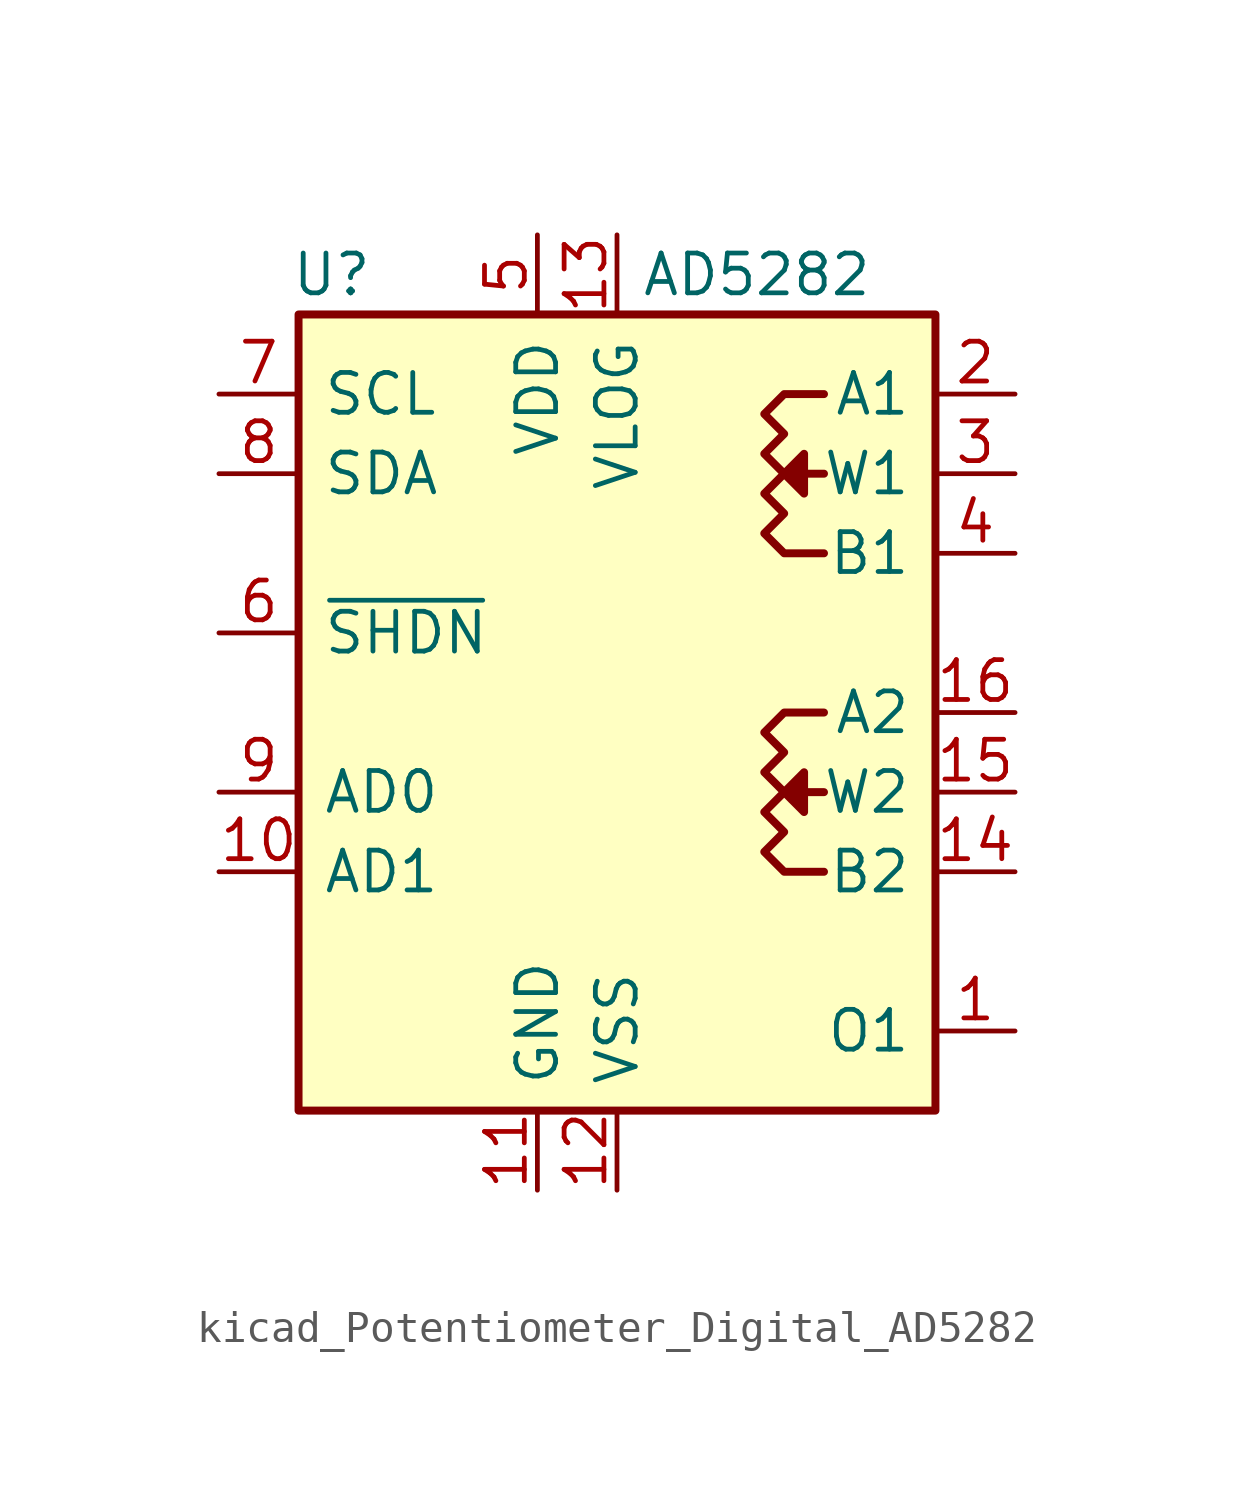
<source format=kicad_sym>
(kicad_symbol_lib
  (version 20220914)
  (generator kicad_symbol_editor)
  (symbol "kicad_Potentiometer_Digital_AD5282"
    (pin_names
      (offset 0.762))
    (property "Reference" "U"
      (at -10.414 13.97 0)
      (effects (font (size 1.27 1.27)) (justify left)))
    (property "Value" "AD5282"
      (at 0.762 13.97 0)
      (effects (font (size 1.27 1.27)) (justify left)))
    (symbol "kicad_Potentiometer_Digital_AD5282_0_1"
      (rectangle (start -10.16 12.7) (end 10.16 -12.7) (stroke (width 0.254) (type default)) (fill (type background)))
      (polyline (pts (xy 6.604 -2.54) (xy 5.334 -2.54) (xy 5.969 -1.905) (xy 5.969 -3.175) (xy 5.334 -2.54)) (stroke (width 0.254) (type default)) (fill (type outline)))
      (polyline (pts (xy 6.604 7.62) (xy 5.334 7.62) (xy 5.969 8.255) (xy 5.969 7.62) (xy 5.969 6.985) (xy 5.334 7.62)) (stroke (width 0.254) (type default)) (fill (type outline)))
      (polyline (pts (xy 6.604 0) (xy 5.334 0) (xy 4.699 -0.635) (xy 5.334 -1.27) (xy 4.699 -1.905) (xy 5.334 -2.54) (xy 4.699 -3.175) (xy 5.334 -3.81) (xy 4.699 -4.445) (xy 5.334 -5.08) (xy 6.604 -5.08)) (stroke (width 0.254) (type default)) (fill (type none)))
      (polyline (pts (xy 6.604 10.16) (xy 5.334 10.16) (xy 4.699 9.525) (xy 5.334 8.89) (xy 4.699 8.255) (xy 5.334 7.62) (xy 4.699 6.985) (xy 5.334 6.35) (xy 4.699 5.715) (xy 5.334 5.08) (xy 6.604 5.08)) (stroke (width 0.254) (type default)) (fill (type none))))
    (symbol "kicad_Potentiometer_Digital_AD5282_1_1"
      (pin output line (at 12.7 -10.16 180) (length 2.54) (name "O1" (effects (font (size 1.27 1.27)))) (number "1" (effects (font (size 1.27 1.27)))))
      (pin input line (at -12.7 -5.08 0) (length 2.54) (name "AD1" (effects (font (size 1.27 1.27)))) (number "10" (effects (font (size 1.27 1.27)))))
      (pin power_in line (at -2.54 -15.24 90) (length 2.54) (name "GND" (effects (font (size 1.27 1.27)))) (number "11" (effects (font (size 1.27 1.27)))))
      (pin power_in line (at 0 -15.24 90) (length 2.54) (name "VSS" (effects (font (size 1.27 1.27)))) (number "12" (effects (font (size 1.27 1.27)))))
      (pin power_in line (at 0 15.24 270) (length 2.54) (name "VLOG" (effects (font (size 1.27 1.27)))) (number "13" (effects (font (size 1.27 1.27)))))
      (pin passive line (at 12.7 -5.08 180) (length 2.54) (name "B2" (effects (font (size 1.27 1.27)))) (number "14" (effects (font (size 1.27 1.27)))))
      (pin passive line (at 12.7 -2.54 180) (length 2.54) (name "W2" (effects (font (size 1.27 1.27)))) (number "15" (effects (font (size 1.27 1.27)))))
      (pin passive line (at 12.7 0 180) (length 2.54) (name "A2" (effects (font (size 1.27 1.27)))) (number "16" (effects (font (size 1.27 1.27)))))
      (pin passive line (at 12.7 10.16 180) (length 2.54) (name "A1" (effects (font (size 1.27 1.27)))) (number "2" (effects (font (size 1.27 1.27)))))
      (pin passive line (at 12.7 7.62 180) (length 2.54) (name "W1" (effects (font (size 1.27 1.27)))) (number "3" (effects (font (size 1.27 1.27)))))
      (pin passive line (at 12.7 5.08 180) (length 2.54) (name "B1" (effects (font (size 1.27 1.27)))) (number "4" (effects (font (size 1.27 1.27)))))
      (pin power_in line (at -2.54 15.24 270) (length 2.54) (name "VDD" (effects (font (size 1.27 1.27)))) (number "5" (effects (font (size 1.27 1.27)))))
      (pin input line (at -12.7 2.54 0) (length 2.54) (name "~{SHDN}" (effects (font (size 1.27 1.27)))) (number "6" (effects (font (size 1.27 1.27)))))
      (pin input line (at -12.7 10.16 0) (length 2.54) (name "SCL" (effects (font (size 1.27 1.27)))) (number "7" (effects (font (size 1.27 1.27)))))
      (pin bidirectional line (at -12.7 7.62 0) (length 2.54) (name "SDA" (effects (font (size 1.27 1.27)))) (number "8" (effects (font (size 1.27 1.27)))))
      (pin input line (at -12.7 -2.54 0) (length 2.54) (name "AD0" (effects (font (size 1.27 1.27)))) (number "9" (effects (font (size 1.27 1.27))))))))
</source>
